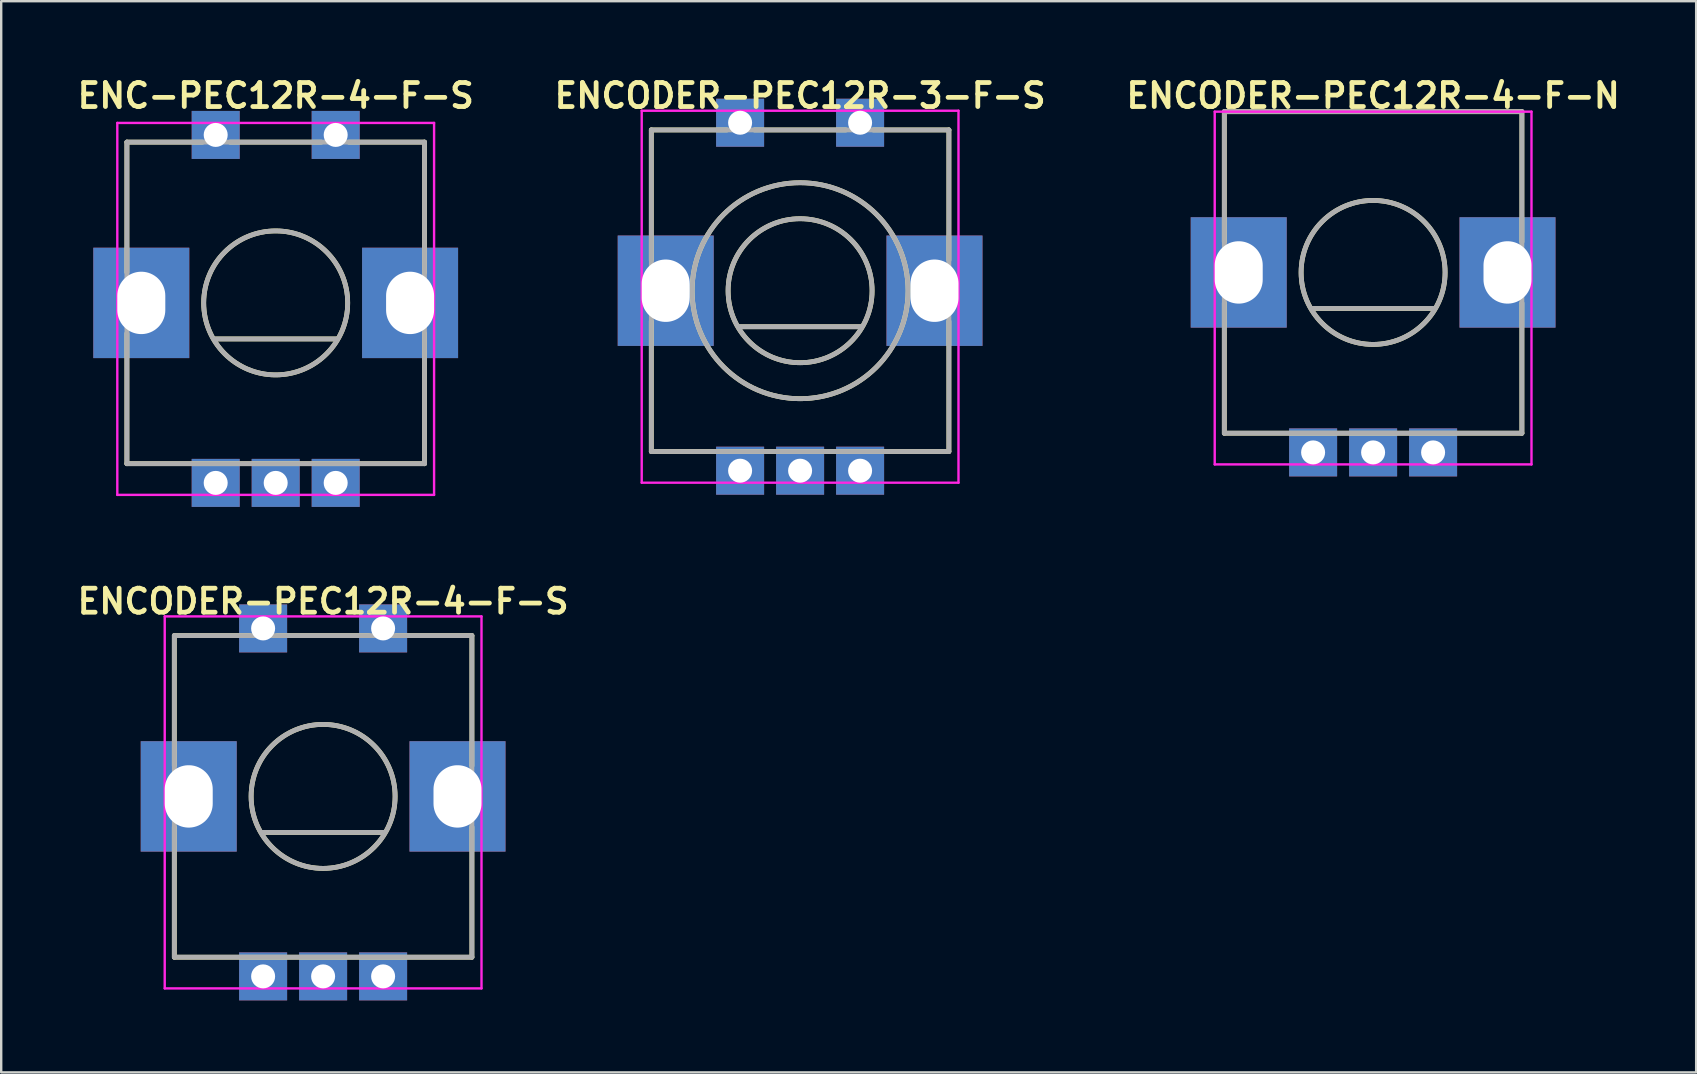
<source format=kicad_pcb>
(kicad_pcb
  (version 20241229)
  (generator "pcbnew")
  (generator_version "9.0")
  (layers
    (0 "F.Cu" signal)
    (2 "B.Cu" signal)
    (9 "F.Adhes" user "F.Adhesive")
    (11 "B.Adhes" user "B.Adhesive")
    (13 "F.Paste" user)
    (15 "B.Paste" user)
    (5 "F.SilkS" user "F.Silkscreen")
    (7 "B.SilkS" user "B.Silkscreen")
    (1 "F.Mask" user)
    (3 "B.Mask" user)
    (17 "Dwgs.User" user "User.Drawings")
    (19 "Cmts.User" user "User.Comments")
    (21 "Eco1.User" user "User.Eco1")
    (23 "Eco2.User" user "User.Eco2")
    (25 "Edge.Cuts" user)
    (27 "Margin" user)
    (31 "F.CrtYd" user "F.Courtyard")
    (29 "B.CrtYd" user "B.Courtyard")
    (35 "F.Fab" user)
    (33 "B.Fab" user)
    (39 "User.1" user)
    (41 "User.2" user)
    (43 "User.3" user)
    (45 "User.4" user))
  (footprint "ENCODER-PEC12R-4-F-S"
    (layer "F.Cu")
    (at 10.414 30.136)
    (property "Reference" "ENCODER-PEC12R-4-F-S" (at 0 -8.128 0) (layer "F.SilkS") (effects (font (size 1 1) (thickness 0.2))))
    (attr through_hole)
    (fp_line (start -6.2 -6.7) (end -6.2 -1.27) (stroke (width 0.2) (type solid)) (layer "F.SilkS"))
    (fp_line (start -6.2 -6.7) (end -3.048 -6.7) (stroke (width 0.2) (type solid)) (layer "F.SilkS"))
    (fp_line (start -6.2 1.27) (end -6.2 6.7) (stroke (width 0.2) (type solid)) (layer "F.SilkS"))
    (fp_line (start -6.2 6.7) (end 6.2 6.7) (stroke (width 0.2) (type solid)) (layer "F.SilkS"))
    (fp_line (start -2.54 1.5) (end 2.54 1.5) (stroke (width 0.2) (type solid)) (layer "F.SilkS"))
    (fp_line (start -1.905 -6.7) (end 1.905 -6.7) (stroke (width 0.2) (type solid)) (layer "F.SilkS"))
    (fp_line (start 3.048 -6.7) (end 6.2 -6.7) (stroke (width 0.2) (type solid)) (layer "F.SilkS"))
    (fp_line (start 6.2 -6.7) (end 6.2 -1.27) (stroke (width 0.2) (type solid)) (layer "F.SilkS"))
    (fp_line (start 6.2 1.27) (end 6.2 6.7) (stroke (width 0.2) (type solid)) (layer "F.SilkS"))
    (fp_circle (center 0 0) (end 3 0) (stroke (width 0.2) (type solid)) (fill no) (layer "F.SilkS"))
    (fp_line (start -6.6 -7.5) (end -6.6 8) (stroke (width 0.1) (type solid)) (layer "F.CrtYd"))
    (fp_line (start -6.6 -7.5) (end 6.6 -7.5) (stroke (width 0.1) (type solid)) (layer "F.CrtYd"))
    (fp_line (start -6.6 8) (end 6.6 8) (stroke (width 0.1) (type solid)) (layer "F.CrtYd"))
    (fp_line (start 6.6 -7.5) (end 6.6 8) (stroke (width 0.1) (type solid)) (layer "F.CrtYd"))
    (fp_line (start -6.2 -6.7) (end -6.2 6.7) (stroke (width 0.2) (type solid)) (layer "F.Fab"))
    (fp_line (start -6.2 -6.7) (end 6.2 -6.7) (stroke (width 0.2) (type solid)) (layer "F.Fab"))
    (fp_line (start -6.2 6.7) (end 6.2 6.7) (stroke (width 0.2) (type solid)) (layer "F.Fab"))
    (fp_line (start -2.54 1.5) (end 2.54 1.5) (stroke (width 0.2) (type solid)) (layer "F.Fab"))
    (fp_line (start 6.2 -6.7) (end 6.2 6.7) (stroke (width 0.2) (type solid)) (layer "F.Fab"))
    (fp_circle (center 0 0) (end 3 0) (stroke (width 0.2) (type solid)) (fill no) (layer "F.Fab"))
    (pad "0" thru_hole rect (at -5.6 0) (size 4 4.6) (drill oval 2 2.6) (layers "B.Cu" "B.Mask"))
    (pad "0" thru_hole rect (at 5.6 0) (size 4 4.6) (drill oval 2 2.6) (layers "B.Cu" "B.Mask"))
    (pad "A" thru_hole rect (at -2.5 7.5) (size 2 2) (drill 1) (layers "B.Cu" "B.Mask"))
    (pad "B" thru_hole rect (at 2.5 7.5) (size 2 2) (drill 1) (layers "B.Cu" "B.Mask"))
    (pad "C" thru_hole rect (at 0 7.5) (size 2 2) (drill 1) (layers "B.Cu" "B.Mask"))
    (pad "COM" thru_hole rect (at -2.5 -7) (size 2 2) (drill 1) (layers "B.Cu" "B.Mask"))
    (pad "NO" thru_hole rect (at 2.5 -7) (size 2 2) (drill 1) (layers "B.Cu" "B.Mask")))
  (footprint "ENCODER-PEC12R-3-F-S"
    (layer "F.Cu")
    (at 30.29 9.064)
    (property "Reference" "ENCODER-PEC12R-3-F-S" (at 0 -8.128 0) (layer "F.SilkS") (effects (font (size 1 1) (thickness 0.2))))
    (attr through_hole)
    (fp_line (start -6.2 -6.7) (end -6.2 -1.27) (stroke (width 0.2) (type solid)) (layer "F.SilkS"))
    (fp_line (start -6.2 -6.7) (end -3.048 -6.7) (stroke (width 0.2) (type solid)) (layer "F.SilkS"))
    (fp_line (start -6.2 1.27) (end -6.2 6.7) (stroke (width 0.2) (type solid)) (layer "F.SilkS"))
    (fp_line (start -6.2 6.7) (end 6.2 6.7) (stroke (width 0.2) (type solid)) (layer "F.SilkS"))
    (fp_line (start -2.54 1.5) (end 2.54 1.5) (stroke (width 0.2) (type solid)) (layer "F.SilkS"))
    (fp_line (start -1.905 -6.7) (end 1.905 -6.7) (stroke (width 0.2) (type solid)) (layer "F.SilkS"))
    (fp_line (start 3.048 -6.7) (end 6.2 -6.7) (stroke (width 0.2) (type solid)) (layer "F.SilkS"))
    (fp_line (start 6.2 -6.7) (end 6.2 -1.27) (stroke (width 0.2) (type solid)) (layer "F.SilkS"))
    (fp_line (start 6.2 1.27) (end 6.2 6.7) (stroke (width 0.2) (type solid)) (layer "F.SilkS"))
    (fp_circle (center 0 0) (end 3 0) (stroke (width 0.2) (type solid)) (fill no) (layer "F.SilkS"))
    (fp_circle (center 0 0) (end 4.5 0) (stroke (width 0.2) (type solid)) (fill no) (layer "F.SilkS"))
    (fp_line (start -6.6 -7.5) (end -6.6 8) (stroke (width 0.1) (type solid)) (layer "F.CrtYd"))
    (fp_line (start -6.6 -7.5) (end 6.6 -7.5) (stroke (width 0.1) (type solid)) (layer "F.CrtYd"))
    (fp_line (start -6.6 8) (end 6.6 8) (stroke (width 0.1) (type solid)) (layer "F.CrtYd"))
    (fp_line (start 6.6 -7.5) (end 6.6 8) (stroke (width 0.1) (type solid)) (layer "F.CrtYd"))
    (fp_line (start -6.2 -6.7) (end -6.2 6.7) (stroke (width 0.2) (type solid)) (layer "F.Fab"))
    (fp_line (start -6.2 -6.7) (end 6.2 -6.7) (stroke (width 0.2) (type solid)) (layer "F.Fab"))
    (fp_line (start -6.2 6.7) (end 6.2 6.7) (stroke (width 0.2) (type solid)) (layer "F.Fab"))
    (fp_line (start -2.54 1.5) (end 2.54 1.5) (stroke (width 0.2) (type solid)) (layer "F.Fab"))
    (fp_line (start 6.2 -6.7) (end 6.2 6.7) (stroke (width 0.2) (type solid)) (layer "F.Fab"))
    (fp_circle (center 0 0) (end 3 0) (stroke (width 0.2) (type solid)) (fill no) (layer "F.Fab"))
    (fp_circle (center 0 0) (end 4.5 0) (stroke (width 0.2) (type solid)) (fill no) (layer "F.Fab"))
    (pad "0" thru_hole rect (at -5.6 0) (size 4 4.6) (drill oval 2 2.6) (layers "B.Cu" "B.Mask"))
    (pad "0" thru_hole rect (at 5.6 0) (size 4 4.6) (drill oval 2 2.6) (layers "B.Cu" "B.Mask"))
    (pad "A" thru_hole rect (at -2.5 7.5) (size 2 2) (drill 1) (layers "B.Cu" "B.Mask"))
    (pad "B" thru_hole rect (at 2.5 7.5) (size 2 2) (drill 1) (layers "B.Cu" "B.Mask"))
    (pad "C" thru_hole rect (at 0 7.5) (size 2 2) (drill 1) (layers "B.Cu" "B.Mask"))
    (pad "COM" thru_hole rect (at -2.5 -7) (size 2 2) (drill 1) (layers "B.Cu" "B.Mask"))
    (pad "NO" thru_hole rect (at 2.5 -7) (size 2 2) (drill 1) (layers "B.Cu" "B.Mask")))
  (footprint "ENC-PEC12R-4-F-S"
    (layer "F.Cu")
    (at 8.438 9.572)
    (property "Reference" "ENC-PEC12R-4-F-S" (at 0 -8.636 0) (layer "F.SilkS") (effects (font (size 1 1) (thickness 0.2))))
    (attr through_hole)
    (fp_line (start -6.2 -6.7) (end -6.2 -1.27) (stroke (width 0.2) (type solid)) (layer "F.SilkS"))
    (fp_line (start -6.2 -6.7) (end -3.048 -6.7) (stroke (width 0.2) (type solid)) (layer "F.SilkS"))
    (fp_line (start -6.2 1.27) (end -6.2 6.7) (stroke (width 0.2) (type solid)) (layer "F.SilkS"))
    (fp_line (start -6.2 6.7) (end 6.2 6.7) (stroke (width 0.2) (type solid)) (layer "F.SilkS"))
    (fp_line (start -2.54 1.5) (end 2.54 1.5) (stroke (width 0.2) (type solid)) (layer "F.SilkS"))
    (fp_line (start -1.905 -6.7) (end 1.905 -6.7) (stroke (width 0.2) (type solid)) (layer "F.SilkS"))
    (fp_line (start 3.048 -6.7) (end 6.2 -6.7) (stroke (width 0.2) (type solid)) (layer "F.SilkS"))
    (fp_line (start 6.2 -6.7) (end 6.2 -1.27) (stroke (width 0.2) (type solid)) (layer "F.SilkS"))
    (fp_line (start 6.2 1.27) (end 6.2 6.7) (stroke (width 0.2) (type solid)) (layer "F.SilkS"))
    (fp_circle (center 0 0) (end 3 0) (stroke (width 0.2) (type solid)) (fill no) (layer "F.SilkS"))
    (fp_line (start -6.6 -7.5) (end -6.6 8) (stroke (width 0.1) (type solid)) (layer "F.CrtYd"))
    (fp_line (start -6.6 -7.5) (end 6.6 -7.5) (stroke (width 0.1) (type solid)) (layer "F.CrtYd"))
    (fp_line (start -6.6 8) (end 6.6 8) (stroke (width 0.1) (type solid)) (layer "F.CrtYd"))
    (fp_line (start 6.6 -7.5) (end 6.6 8) (stroke (width 0.1) (type solid)) (layer "F.CrtYd"))
    (fp_line (start -6.2 -6.7) (end -6.2 6.7) (stroke (width 0.2) (type solid)) (layer "F.Fab"))
    (fp_line (start -6.2 -6.7) (end 6.2 -6.7) (stroke (width 0.2) (type solid)) (layer "F.Fab"))
    (fp_line (start -6.2 6.7) (end 6.2 6.7) (stroke (width 0.2) (type solid)) (layer "F.Fab"))
    (fp_line (start -2.54 1.5) (end 2.54 1.5) (stroke (width 0.2) (type solid)) (layer "F.Fab"))
    (fp_line (start 6.2 -6.7) (end 6.2 6.7) (stroke (width 0.2) (type solid)) (layer "F.Fab"))
    (fp_circle (center 0 0) (end 3 0) (stroke (width 0.2) (type solid)) (fill no) (layer "F.Fab"))
    (pad "0" thru_hole rect (at -5.6 0) (size 4 4.6) (drill oval 2 2.6) (layers "B.Cu" "B.Mask"))
    (pad "0" thru_hole rect (at 5.6 0) (size 4 4.6) (drill oval 2 2.6) (layers "B.Cu" "B.Mask"))
    (pad "A" thru_hole rect (at -2.5 7.5) (size 2 2) (drill 1) (layers "B.Cu" "B.Mask"))
    (pad "B" thru_hole rect (at 2.5 7.5) (size 2 2) (drill 1) (layers "B.Cu" "B.Mask"))
    (pad "C" thru_hole rect (at 0 7.5) (size 2 2) (drill 1) (layers "B.Cu" "B.Mask"))
    (pad "COM" thru_hole rect (at -2.5 -7) (size 2 2) (drill 1) (layers "B.Cu" "B.Mask"))
    (pad "NO" thru_hole rect (at 2.5 -7) (size 2 2) (drill 1) (layers "B.Cu" "B.Mask")))
  (footprint "ENCODER-PEC12R-4-F-N"
    (layer "F.Cu")
    (at 54.167 8.302)
    (property "Reference" "ENCODER-PEC12R-4-F-N" (at 0 -7.366 0) (layer "F.SilkS") (effects (font (size 1 1) (thickness 0.2))))
    (attr through_hole)
    (fp_line (start -6.2 -6.7) (end -6.2 -1.27) (stroke (width 0.2) (type solid)) (layer "F.SilkS"))
    (fp_line (start -6.2 -6.7) (end 6.2 -6.7) (stroke (width 0.2) (type solid)) (layer "F.SilkS"))
    (fp_line (start -6.2 1.27) (end -6.2 6.7) (stroke (width 0.2) (type solid)) (layer "F.SilkS"))
    (fp_line (start -6.2 6.7) (end 6.2 6.7) (stroke (width 0.2) (type solid)) (layer "F.SilkS"))
    (fp_line (start -2.54 1.5) (end 2.54 1.5) (stroke (width 0.2) (type solid)) (layer "F.SilkS"))
    (fp_line (start 6.2 -6.7) (end 6.2 -1.27) (stroke (width 0.2) (type solid)) (layer "F.SilkS"))
    (fp_line (start 6.2 1.27) (end 6.2 6.7) (stroke (width 0.2) (type solid)) (layer "F.SilkS"))
    (fp_circle (center 0 0) (end 3 0) (stroke (width 0.2) (type solid)) (fill no) (layer "F.SilkS"))
    (fp_line (start -6.6 -6.7) (end -6.6 8) (stroke (width 0.1) (type solid)) (layer "F.CrtYd"))
    (fp_line (start -6.6 -6.7) (end 6.6 -6.7) (stroke (width 0.1) (type solid)) (layer "F.CrtYd"))
    (fp_line (start -6.6 8) (end 6.6 8) (stroke (width 0.1) (type solid)) (layer "F.CrtYd"))
    (fp_line (start 6.6 -6.7) (end 6.6 8) (stroke (width 0.1) (type solid)) (layer "F.CrtYd"))
    (fp_line (start -6.2 -6.7) (end -6.2 6.7) (stroke (width 0.2) (type solid)) (layer "F.Fab"))
    (fp_line (start -6.2 -6.7) (end 6.2 -6.7) (stroke (width 0.2) (type solid)) (layer "F.Fab"))
    (fp_line (start -6.2 6.7) (end 6.2 6.7) (stroke (width 0.2) (type solid)) (layer "F.Fab"))
    (fp_line (start -2.54 1.5) (end 2.54 1.5) (stroke (width 0.2) (type solid)) (layer "F.Fab"))
    (fp_line (start 6.2 -6.7) (end 6.2 6.7) (stroke (width 0.2) (type solid)) (layer "F.Fab"))
    (fp_circle (center 0 0) (end 3 0) (stroke (width 0.2) (type solid)) (fill no) (layer "F.Fab"))
    (pad "0" thru_hole rect (at -5.6 0) (size 4 4.6) (drill oval 2 2.6) (layers "B.Cu" "B.Mask"))
    (pad "0" thru_hole rect (at 5.6 0) (size 4 4.6) (drill oval 2 2.6) (layers "B.Cu" "B.Mask"))
    (pad "A" thru_hole rect (at -2.5 7.5) (size 2 2) (drill 1) (layers "B.Cu" "B.Mask"))
    (pad "B" thru_hole rect (at 2.5 7.5) (size 2 2) (drill 1) (layers "B.Cu" "B.Mask"))
    (pad "C" thru_hole rect (at 0 7.5) (size 2 2) (drill 1) (layers "B.Cu" "B.Mask")))
  (gr_rect
    (start -3 -3)
    (end 67.629 41.636)
    (stroke (width 0.1) (type default))
    (fill no)
    (layer "Edge.Cuts")))
</source>
